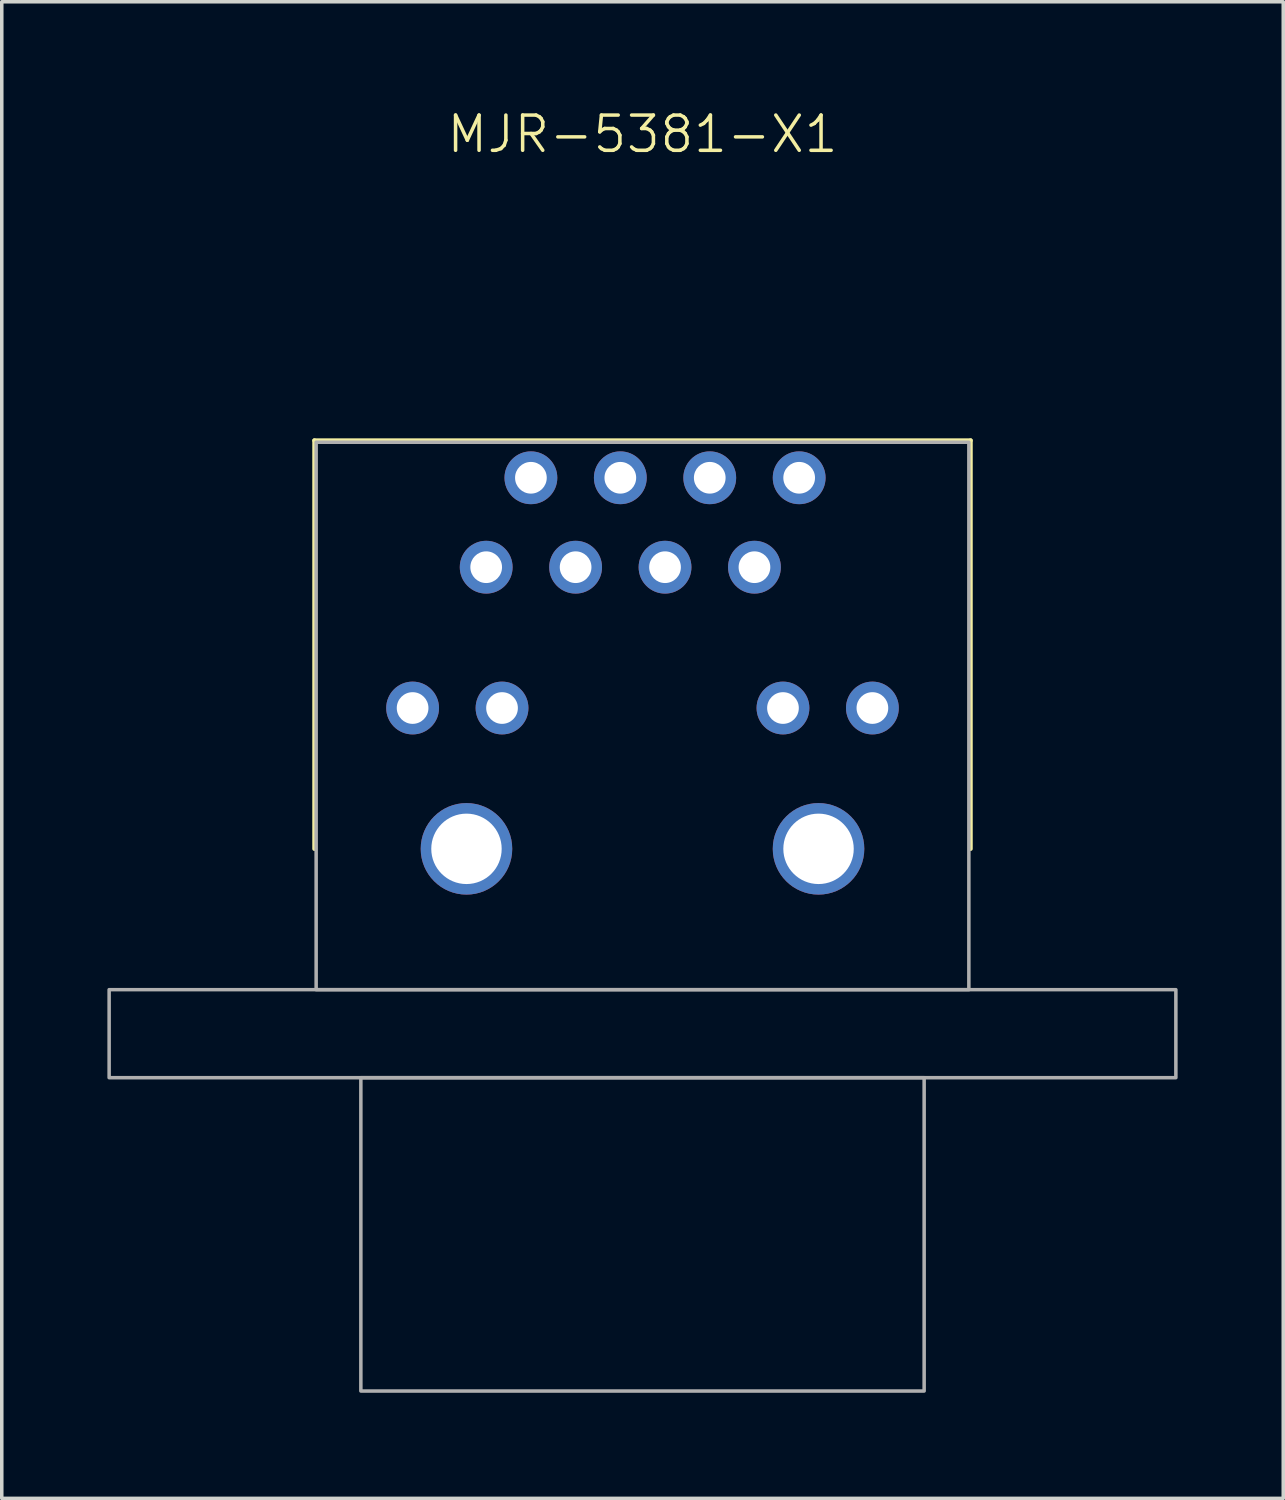
<source format=kicad_pcb>
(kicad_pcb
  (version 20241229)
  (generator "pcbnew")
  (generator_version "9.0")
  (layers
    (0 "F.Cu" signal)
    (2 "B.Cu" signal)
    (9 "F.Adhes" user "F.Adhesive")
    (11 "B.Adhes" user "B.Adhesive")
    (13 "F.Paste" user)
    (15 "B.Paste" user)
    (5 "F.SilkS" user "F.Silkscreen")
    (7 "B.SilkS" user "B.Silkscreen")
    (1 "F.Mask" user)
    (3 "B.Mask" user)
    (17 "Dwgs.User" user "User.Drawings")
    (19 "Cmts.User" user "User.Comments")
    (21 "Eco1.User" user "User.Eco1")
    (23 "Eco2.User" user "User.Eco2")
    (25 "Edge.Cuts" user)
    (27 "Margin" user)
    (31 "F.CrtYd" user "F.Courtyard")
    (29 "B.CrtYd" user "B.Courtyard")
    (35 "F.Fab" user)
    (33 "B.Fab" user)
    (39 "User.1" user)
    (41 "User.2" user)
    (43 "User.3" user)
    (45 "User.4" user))
  (footprint "MJR-5381-X1"
    (layer "F.Cu")
    (at 15.2 21.061)
    (property "Reference" "MJR-5381-X1" (at 0 -20.3 0) (unlocked yes) (layer "F.SilkS") (effects (font (size 1 1) (thickness 0.1))))
    (attr through_hole)
    (fp_line (start -9.32 -11.6) (end -9.32 0) (stroke (width 0.12) (type default)) (layer "F.SilkS"))
    (fp_line (start -9.32 -11.6) (end 9.32 -11.6) (stroke (width 0.12) (type default)) (layer "F.SilkS"))
    (fp_line (start 9.32 -11.6) (end 9.32 0) (stroke (width 0.12) (type default)) (layer "F.SilkS"))
    (fp_rect (start -15.15 4) (end 15.15 6.5) (stroke (width 0.1) (type default)) (fill no) (layer "F.Fab"))
    (fp_rect (start -9.27 -11.55) (end 9.27 4) (stroke (width 0.1) (type default)) (fill no) (layer "F.Fab"))
    (fp_rect (start -8 6.5) (end 8 15.4) (stroke (width 0.1) (type default)) (fill no) (layer "F.Fab"))
    (pad "1" thru_hole circle (at -4.44 -8) (size 1.5 1.5) (drill 0.9) (layers "*.Cu" "*.Mask"))
    (pad "2" thru_hole circle (at -3.17 -10.54) (size 1.5 1.5) (drill 0.9) (layers "*.Cu" "*.Mask"))
    (pad "3" thru_hole circle (at -1.9 -8) (size 1.5 1.5) (drill 0.9) (layers "*.Cu" "*.Mask"))
    (pad "4" thru_hole circle (at -0.63 -10.54) (size 1.5 1.5) (drill 0.9) (layers "*.Cu" "*.Mask"))
    (pad "5" thru_hole circle (at 0.64 -8) (size 1.5 1.5) (drill 0.9) (layers "*.Cu" "*.Mask"))
    (pad "6" thru_hole circle (at 1.91 -10.54) (size 1.5 1.5) (drill 0.9) (layers "*.Cu" "*.Mask"))
    (pad "7" thru_hole circle (at 3.18 -8) (size 1.5 1.5) (drill 0.9) (layers "*.Cu" "*.Mask"))
    (pad "8" thru_hole circle (at 4.45 -10.54) (size 1.5 1.5) (drill 0.9) (layers "*.Cu" "*.Mask"))
    (pad "9" thru_hole circle (at 6.53 -4) (size 1.5 1.5) (drill 0.9) (layers "*.Cu" "*.Mask"))
    (pad "10" thru_hole circle (at 3.99 -4) (size 1.5 1.5) (drill 0.9) (layers "*.Cu" "*.Mask"))
    (pad "11" thru_hole circle (at -3.99 -4) (size 1.5 1.5) (drill 0.9) (layers "*.Cu" "*.Mask"))
    (pad "12" thru_hole circle (at -6.53 -4) (size 1.5 1.5) (drill 0.9) (layers "*.Cu" "*.Mask"))
    (pad "S1" thru_hole circle (at -5 0) (size 2.6 2.6) (drill 2) (layers "*.Cu" "*.Mask"))
    (pad "S2" thru_hole circle (at 5 0) (size 2.6 2.6) (drill 2) (layers "*.Cu" "*.Mask"))
    (zone (net_name "") (layer "F.Cu") (name "RJ45 Keepout") (hatch edge 0.5) (connect_pads) (min_thickness 0.25) (filled_areas_thickness no) (keepout (tracks allowed) (vias allowed) (pads not_allowed) (copperpour allowed) (footprints not_allowed)) (placement (enabled no)) (fill) (polygon (pts (xy 0.05 24.811) (xy 30.35 24.811) (xy 30.35 18.561) (xy 25 18.561) (xy 25 9.011) (xy 5.4 9.011) (xy 5.4 18.561) (xy 0.05 18.561)))))
  (gr_rect
    (start -3 -3)
    (end 33.4 39.511)
    (stroke (width 0.1) (type default))
    (fill no)
    (layer "Edge.Cuts")))
</source>
